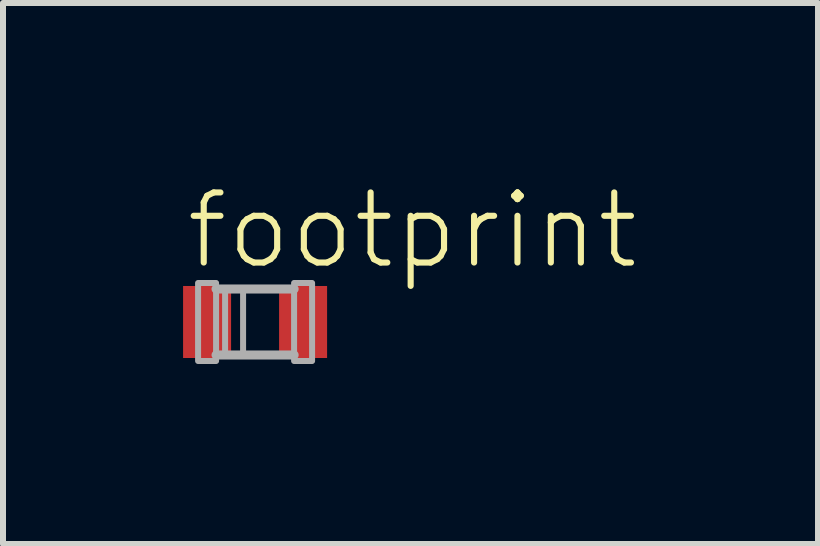
<source format=kicad_pcb>
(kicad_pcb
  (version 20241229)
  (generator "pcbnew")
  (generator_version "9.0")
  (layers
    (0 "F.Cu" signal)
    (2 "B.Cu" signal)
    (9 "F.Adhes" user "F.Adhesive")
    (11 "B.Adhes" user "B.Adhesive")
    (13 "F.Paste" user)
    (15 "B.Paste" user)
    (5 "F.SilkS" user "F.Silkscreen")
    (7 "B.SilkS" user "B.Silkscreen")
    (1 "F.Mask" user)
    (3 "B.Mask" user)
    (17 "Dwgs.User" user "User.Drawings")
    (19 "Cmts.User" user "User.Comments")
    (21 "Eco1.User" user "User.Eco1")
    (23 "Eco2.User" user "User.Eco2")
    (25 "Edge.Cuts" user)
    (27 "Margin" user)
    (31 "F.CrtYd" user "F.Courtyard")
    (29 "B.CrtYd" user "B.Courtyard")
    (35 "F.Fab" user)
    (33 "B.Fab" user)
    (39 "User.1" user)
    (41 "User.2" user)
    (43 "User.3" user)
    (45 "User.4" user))
  (footprint "footprint"
    (layer "F.Cu")
    (at 1.201 2.316)
    (property "Reference" "footprint" (at -1.201 -0.843 0) (layer "F.SilkS") (effects (font (size 1.168 1.168) (thickness 0.102)) (justify left bottom)))
    (fp_line (start -0.65 -0.55) (end 0.65 -0.55) (stroke (width 0.152) (type solid)) (layer "F.Fab"))
    (fp_line (start -0.65 0.55) (end 0.65 0.55) (stroke (width 0.152) (type solid)) (layer "F.Fab"))
    (fp_poly (pts (xy -0.95 0.65) (xy -0.65 0.65) (xy -0.65 -0.65) (xy -0.95 -0.65)) (stroke (width 0.1) (type solid)) (fill no) (layer "F.Fab"))
    (fp_poly (pts (xy -0.5 0.55) (xy -0.2 0.55) (xy -0.2 -0.55) (xy -0.5 -0.55)) (stroke (width 0.1) (type solid)) (fill no) (layer "F.Fab"))
    (fp_poly (pts (xy 0.65 0.65) (xy 0.95 0.65) (xy 0.95 -0.65) (xy 0.65 -0.65)) (stroke (width 0.1) (type solid)) (fill no) (layer "F.Fab"))
    (pad "A" smd rect (at 0.8 0) (size 0.8 1.2) (layers "F.Cu" "F.Mask" "F.Paste"))
    (pad "C" smd rect (at -0.8 0) (size 0.8 1.2) (layers "F.Cu" "F.Mask" "F.Paste")))
  (gr_rect
    (start -3 -3)
    (end 10.582 6.016)
    (stroke (width 0.1) (type default))
    (fill no)
    (layer "Edge.Cuts")))
</source>
